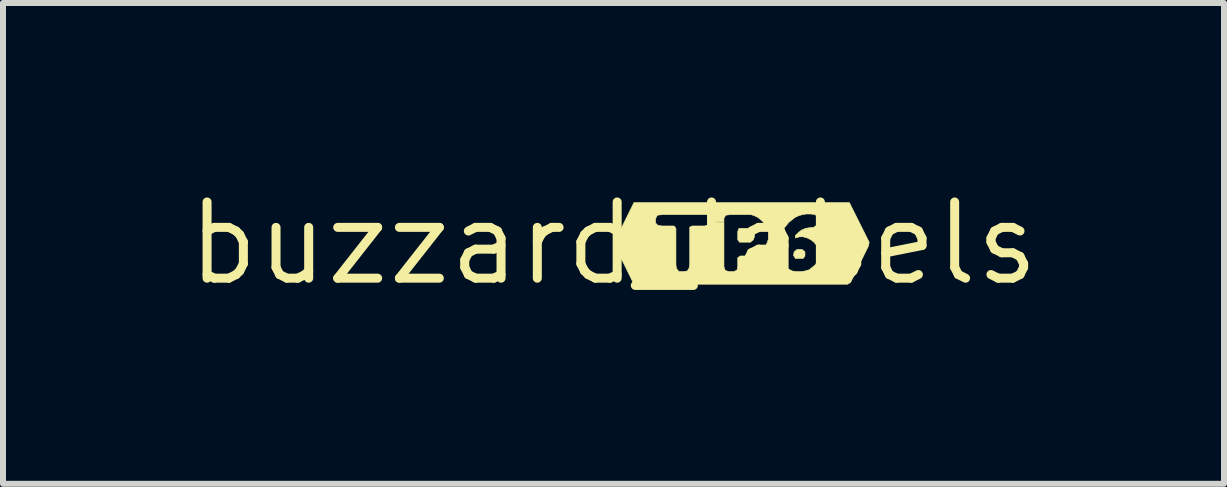
<source format=kicad_pcb>
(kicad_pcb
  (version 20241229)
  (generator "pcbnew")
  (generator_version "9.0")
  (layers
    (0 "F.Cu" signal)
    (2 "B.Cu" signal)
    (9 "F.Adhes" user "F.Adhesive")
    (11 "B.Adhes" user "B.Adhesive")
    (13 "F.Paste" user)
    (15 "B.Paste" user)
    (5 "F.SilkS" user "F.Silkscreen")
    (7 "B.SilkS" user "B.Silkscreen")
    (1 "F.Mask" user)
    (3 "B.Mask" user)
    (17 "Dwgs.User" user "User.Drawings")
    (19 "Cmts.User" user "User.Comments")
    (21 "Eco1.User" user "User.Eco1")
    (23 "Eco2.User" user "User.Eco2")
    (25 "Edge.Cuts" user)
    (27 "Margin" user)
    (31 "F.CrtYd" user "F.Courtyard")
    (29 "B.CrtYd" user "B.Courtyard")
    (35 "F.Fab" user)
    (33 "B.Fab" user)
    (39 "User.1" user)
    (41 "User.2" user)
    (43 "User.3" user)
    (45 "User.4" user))
  (footprint "buzzard_labels"
    (layer "F.Cu")
    (at 7.174 1.006)
    (property "Reference" "buzzard_labels" (at 0 0 0) (layer "F.SilkS") (effects (font (size 1.27 1.27) (thickness 0.15))))
    (attr exclude_from_pos_files exclude_from_bom)
    (fp_poly (pts (xy 3.16 0.25) (xy 3.19 0.21) (xy 3.19 0.14) (xy 3.14 0.1) (xy 3.06 0.1) (xy 3.01 0.14) (xy 3 0.2) (xy 3.03 0.25) (xy 3.16 0.25)) (stroke (width 0.01) (type solid)) (fill yes) (layer "F.SilkS"))
    (fp_poly (pts (xy 2.28 -0.02) (xy 2.33 -0.06) (xy 2.35 -0.12) (xy 2.34 -0.19) (xy 2.29 -0.24) (xy 2.22 -0.25) (xy 2.09 -0.25) (xy 2.07 -0.2) (xy 2.07 -0.06) (xy 2.1 -0.02) (xy 2.23 -0.02) (xy 2.28 -0.02)) (stroke (width 0.01) (type solid)) (fill yes) (layer "F.SilkS"))
    (fp_poly (pts (xy 0.68 -0.68) (xy 0.34 -0.68) (xy 0.01 -0.01) (xy 0.03 0.05) (xy 0.33 0.66) (xy 0.38 0.68) (xy 3.9 0.68) (xy 3.95 0.65) (xy 4.25 0.04) (xy 4.26 -0.02) (xy 3.96 -0.62) (xy 3.93 -0.68) (xy 0.68 -0.68) (xy 0.73 -0.47) (xy 0.82 -0.48) (xy 1.49 -0.48) (xy 1.57 -0.48) (xy 1.6 -0.43) (xy 1.6 -0.36) (xy 1.84 -0.36) (xy 1.84 -0.42) (xy 1.87 -0.47) (xy 1.95 -0.48) (xy 2.22 -0.48) (xy 2.29 -0.48) (xy 2.35 -0.46) (xy 2.41 -0.43) (xy 2.47 -0.38) (xy 2.51 -0.34) (xy 2.55 -0.28) (xy 2.58 -0.21) (xy 2.58 -0.14) (xy 2.58 -0.07) (xy 2.78 -0.06) (xy 2.79 -0.13) (xy 2.82 -0.19) (xy 2.84 -0.25) (xy 2.88 -0.3) (xy 2.92 -0.35) (xy 2.97 -0.39) (xy 3.02 -0.43) (xy 3.08 -0.46) (xy 3.15 -0.48) (xy 3.21 -0.49) (xy 3.29 -0.49) (xy 3.36 -0.48) (xy 3.4 -0.44) (xy 3.4 -0.36) (xy 3.38 -0.3) (xy 3.34 -0.27) (xy 3.26 -0.26) (xy 3.2 -0.25) (xy 3.13 -0.22) (xy 3.08 -0.18) (xy 3.03 -0.13) (xy 3.03 -0.09) (xy 3.1 -0.11) (xy 3.16 -0.11) (xy 3.23 -0.09) (xy 3.29 -0.06) (xy 3.34 -0.02) (xy 3.39 0.04) (xy 3.42 0.1) (xy 3.43 0.16) (xy 3.43 0.17) (xy 3.42 0.24) (xy 3.4 0.3) (xy 3.36 0.36) (xy 3.31 0.4) (xy 3.26 0.44) (xy 3.19 0.46) (xy 3.13 0.47) (xy 3.05 0.47) (xy 2.98 0.46) (xy 2.92 0.43) (xy 2.87 0.39) (xy 2.83 0.34) (xy 2.8 0.29) (xy 2.78 0.23) (xy 2.77 0.16) (xy 2.76 0.08) (xy 2.77 0.01) (xy 2.78 -0.06) (xy 2.58 -0.07) (xy 2.56 -0.01) (xy 2.53 0.05) (xy 2.48 0.11) (xy 2.43 0.15) (xy 2.37 0.18) (xy 2.31 0.2) (xy 2.24 0.21) (xy 2.11 0.21) (xy 2.07 0.24) (xy 2.07 0.38) (xy 2.06 0.44) (xy 2.01 0.47) (xy 1.92 0.47) (xy 1.86 0.45) (xy 1.84 0.39) (xy 1.84 0.32) (xy 1.84 -0.35) (xy 1.6 -0.36) (xy 1.58 -0.31) (xy 1.52 -0.29) (xy 1.31 -0.29) (xy 1.27 -0.27) (xy 1.27 0.34) (xy 1.26 0.41) (xy 1.23 0.46) (xy 1.16 0.47) (xy 1.09 0.47) (xy 1.05 0.42) (xy 1.04 0.36) (xy 1.04 -0.25) (xy 1.01 -0.29) (xy 0.81 -0.29) (xy 0.74 -0.3) (xy 0.7 -0.34) (xy 0.7 -0.41) (xy 0.73 -0.47) (xy 0.68 -0.68)) (stroke (width 0.01) (type solid)) (fill yes) (layer "F.SilkS")))
  (gr_rect
    (start -3 -3)
    (end 17.347 5.012)
    (stroke (width 0.1) (type default))
    (fill no)
    (layer "Edge.Cuts")))
</source>
